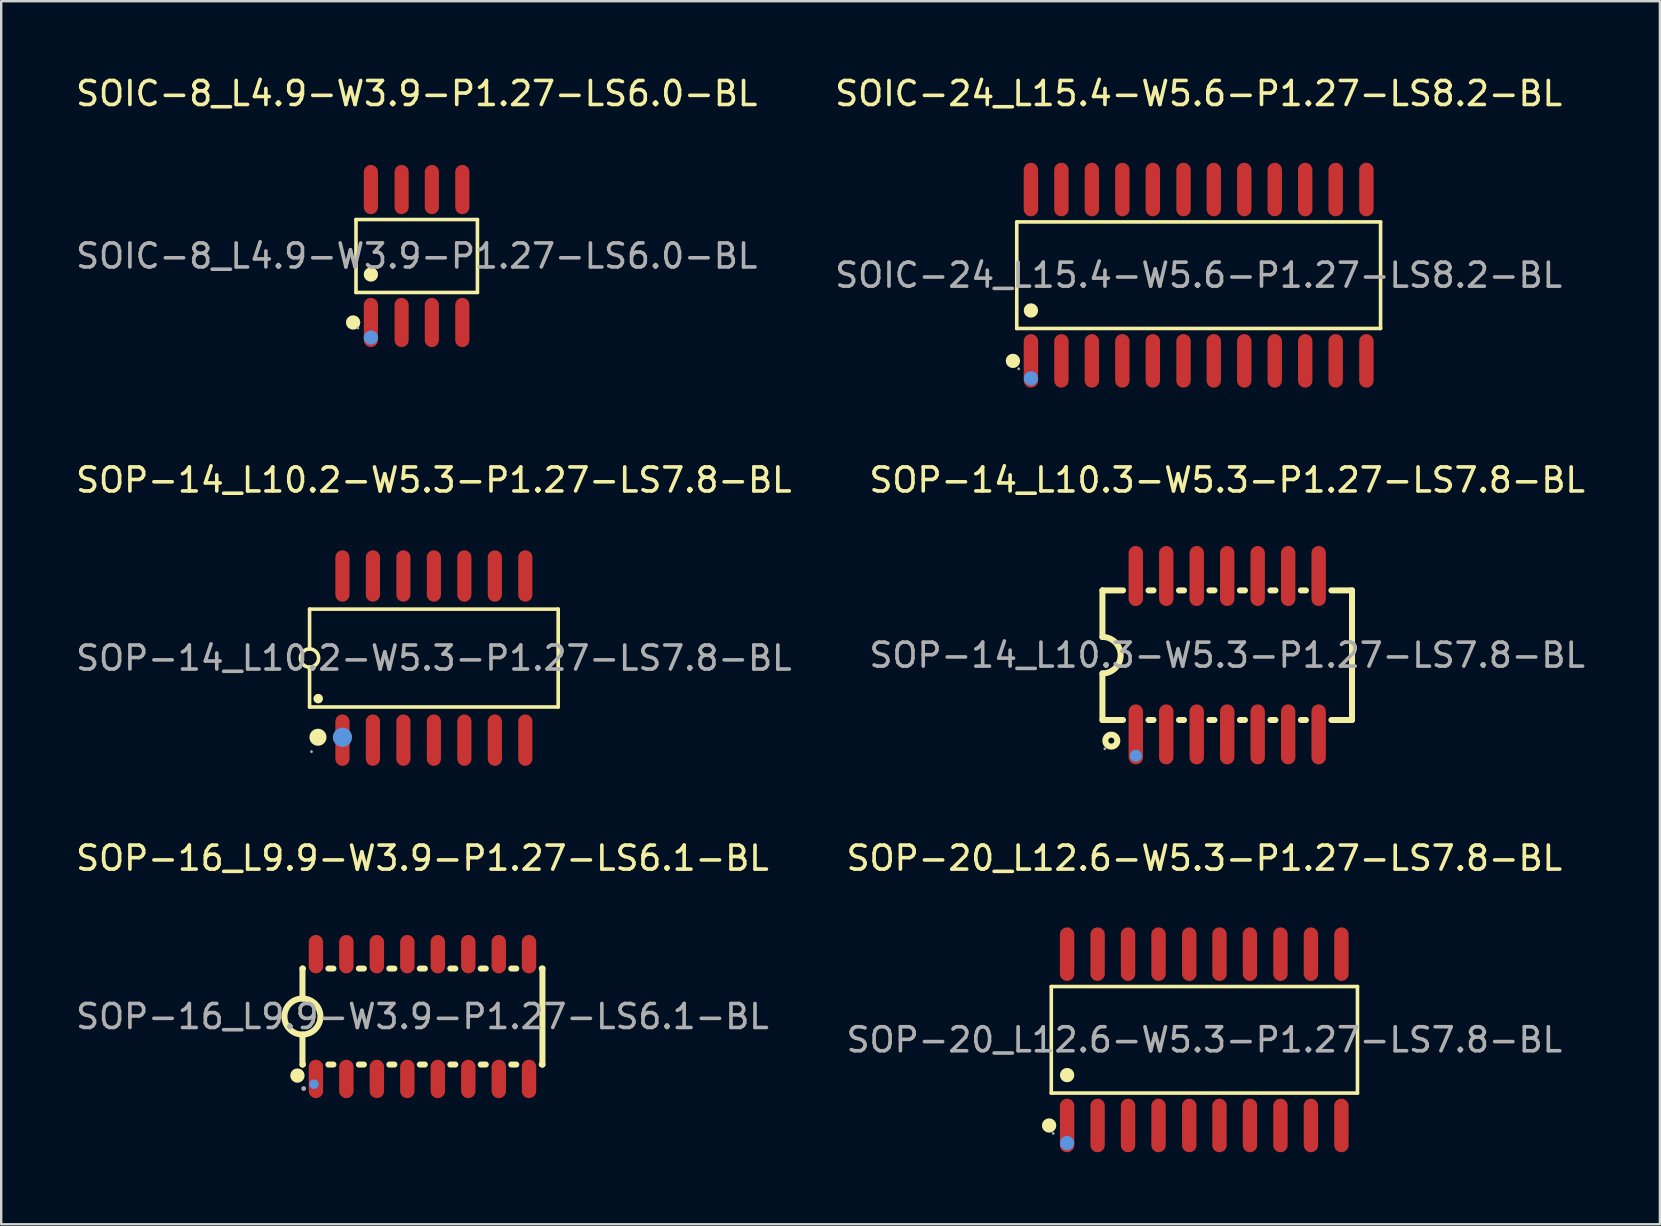
<source format=kicad_pcb>
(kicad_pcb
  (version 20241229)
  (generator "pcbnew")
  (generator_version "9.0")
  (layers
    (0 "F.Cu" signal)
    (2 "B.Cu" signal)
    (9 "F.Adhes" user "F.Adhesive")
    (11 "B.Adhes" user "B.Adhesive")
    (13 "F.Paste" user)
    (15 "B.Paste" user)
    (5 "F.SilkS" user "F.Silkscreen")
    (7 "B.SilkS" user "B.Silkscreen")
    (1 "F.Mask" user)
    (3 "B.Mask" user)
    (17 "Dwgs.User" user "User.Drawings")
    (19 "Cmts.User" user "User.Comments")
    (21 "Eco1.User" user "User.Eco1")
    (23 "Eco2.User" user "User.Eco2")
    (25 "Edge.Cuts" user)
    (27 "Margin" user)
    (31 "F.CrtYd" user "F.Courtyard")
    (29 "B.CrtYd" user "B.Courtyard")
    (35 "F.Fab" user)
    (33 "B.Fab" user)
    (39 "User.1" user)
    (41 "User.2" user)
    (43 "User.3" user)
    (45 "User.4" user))
  (footprint "SOP-16_L9.9-W3.9-P1.27-LS6.1-BL"
    (layer "F.Cu")
    (at 14.554 39.31)
    (property "Reference" "SOP-16_L9.9-W3.9-P1.27-LS6.1-BL" (at 0 -6.6 0) (layer "F.SilkS") (effects (font (size 1 1) (thickness 0.15))))
    (attr through_hole)
    (fp_line (start -5 -2) (end -5 -0.75) (stroke (width 0.25) (type solid)) (layer "F.SilkS"))
    (fp_line (start -5 -2) (end -4.98 -2) (stroke (width 0.25) (type solid)) (layer "F.SilkS"))
    (fp_line (start -5 2) (end -5 0.75) (stroke (width 0.25) (type solid)) (layer "F.SilkS"))
    (fp_line (start -5 2) (end -4.98 2) (stroke (width 0.25) (type solid)) (layer "F.SilkS"))
    (fp_line (start -3.92 -2) (end -3.71 -2) (stroke (width 0.25) (type solid)) (layer "F.SilkS"))
    (fp_line (start -3.92 2) (end -3.71 2) (stroke (width 0.25) (type solid)) (layer "F.SilkS"))
    (fp_line (start -2.65 -2) (end -2.44 -2) (stroke (width 0.25) (type solid)) (layer "F.SilkS"))
    (fp_line (start -2.65 2) (end -2.44 2) (stroke (width 0.25) (type solid)) (layer "F.SilkS"))
    (fp_line (start -1.38 -2) (end -1.17 -2) (stroke (width 0.25) (type solid)) (layer "F.SilkS"))
    (fp_line (start -1.38 2) (end -1.17 2) (stroke (width 0.25) (type solid)) (layer "F.SilkS"))
    (fp_line (start -0.11 -2) (end 0.1 -2) (stroke (width 0.25) (type solid)) (layer "F.SilkS"))
    (fp_line (start -0.11 2) (end 0.1 2) (stroke (width 0.25) (type solid)) (layer "F.SilkS"))
    (fp_line (start 1.16 -2) (end 1.37 -2) (stroke (width 0.25) (type solid)) (layer "F.SilkS"))
    (fp_line (start 1.16 2) (end 1.37 2) (stroke (width 0.25) (type solid)) (layer "F.SilkS"))
    (fp_line (start 2.43 -2) (end 2.64 -2) (stroke (width 0.25) (type solid)) (layer "F.SilkS"))
    (fp_line (start 2.43 2) (end 2.64 2) (stroke (width 0.25) (type solid)) (layer "F.SilkS"))
    (fp_line (start 3.7 -2) (end 3.91 -2) (stroke (width 0.25) (type solid)) (layer "F.SilkS"))
    (fp_line (start 3.7 2) (end 3.91 2) (stroke (width 0.25) (type solid)) (layer "F.SilkS"))
    (fp_line (start 4.97 -2) (end 5 -2) (stroke (width 0.25) (type solid)) (layer "F.SilkS"))
    (fp_line (start 4.97 2) (end 5 2) (stroke (width 0.25) (type solid)) (layer "F.SilkS"))
    (fp_line (start 5 2) (end 5 -2) (stroke (width 0.25) (type solid)) (layer "F.SilkS"))
    (fp_arc (start -5.21 2.46) (mid -5.21 2.46) (end -5.21 2.46) (stroke (width 0.3) (type solid)) (layer "F.SilkS"))
    (fp_arc (start -5.013089 0.749886) (mid -4.993455 -0.749972) (end -5 0.75) (stroke (width 0.25) (type solid)) (layer "F.SilkS"))
    (fp_circle (center -4.52 2.82) (end -4.42 2.82) (stroke (width 0.2) (type solid)) (fill no) (layer "Cmts.User"))
    (fp_circle (center -4.95 3) (end -4.9 3) (stroke (width 0.1) (type solid)) (fill no) (layer "F.Fab"))
    (fp_text user "${REFERENCE}" (at 0 0 0) (layer "F.Fab") (effects (font (size 1 1) (thickness 0.15))))
    (pad "1" smd oval (at -4.44 2.6 180) (size 0.6 1.6) (layers "F.Cu" "F.Mask" "F.Paste"))
    (pad "2" smd oval (at -3.17 2.6 180) (size 0.6 1.6) (layers "F.Cu" "F.Mask" "F.Paste"))
    (pad "3" smd oval (at -1.9 2.6 180) (size 0.6 1.6) (layers "F.Cu" "F.Mask" "F.Paste"))
    (pad "4" smd oval (at -0.63 2.6 180) (size 0.6 1.6) (layers "F.Cu" "F.Mask" "F.Paste"))
    (pad "5" smd oval (at 0.64 2.6 180) (size 0.6 1.6) (layers "F.Cu" "F.Mask" "F.Paste"))
    (pad "6" smd oval (at 1.91 2.6 180) (size 0.6 1.6) (layers "F.Cu" "F.Mask" "F.Paste"))
    (pad "7" smd oval (at 3.18 2.6 180) (size 0.6 1.6) (layers "F.Cu" "F.Mask" "F.Paste"))
    (pad "8" smd oval (at 4.44 2.6 180) (size 0.6 1.6) (layers "F.Cu" "F.Mask" "F.Paste"))
    (pad "9" smd oval (at 4.44 -2.6 180) (size 0.6 1.6) (layers "F.Cu" "F.Mask" "F.Paste"))
    (pad "10" smd oval (at 3.18 -2.6 180) (size 0.6 1.6) (layers "F.Cu" "F.Mask" "F.Paste"))
    (pad "11" smd oval (at 1.91 -2.6 180) (size 0.6 1.6) (layers "F.Cu" "F.Mask" "F.Paste"))
    (pad "12" smd oval (at 0.64 -2.6 180) (size 0.6 1.6) (layers "F.Cu" "F.Mask" "F.Paste"))
    (pad "13" smd oval (at -0.63 -2.6 180) (size 0.6 1.6) (layers "F.Cu" "F.Mask" "F.Paste"))
    (pad "14" smd oval (at -1.9 -2.6 180) (size 0.6 1.6) (layers "F.Cu" "F.Mask" "F.Paste"))
    (pad "15" smd oval (at -3.17 -2.6 180) (size 0.6 1.6) (layers "F.Cu" "F.Mask" "F.Paste"))
    (pad "16" smd oval (at -4.44 -2.6 180) (size 0.6 1.6) (layers "F.Cu" "F.Mask" "F.Paste")))
  (footprint "SOIC-8_L4.9-W3.9-P1.27-LS6.0-BL"
    (layer "F.Cu")
    (at 14.315 7.618)
    (property "Reference" "SOIC-8_L4.9-W3.9-P1.27-LS6.0-BL" (at 0 -6.77 0) (layer "F.SilkS") (effects (font (size 1 1) (thickness 0.15))))
    (attr through_hole)
    (fp_line (start -2.53 -1.52) (end 2.53 -1.52) (stroke (width 0.15) (type solid)) (layer "F.SilkS"))
    (fp_line (start -2.53 1.52) (end -2.53 -1.52) (stroke (width 0.15) (type solid)) (layer "F.SilkS"))
    (fp_line (start 2.53 -1.52) (end 2.53 1.52) (stroke (width 0.15) (type solid)) (layer "F.SilkS"))
    (fp_line (start 2.53 1.52) (end -2.53 1.52) (stroke (width 0.15) (type solid)) (layer "F.SilkS"))
    (fp_circle (center -2.65 2.77) (end -2.5 2.77) (stroke (width 0.3) (type solid)) (fill no) (layer "F.SilkS"))
    (fp_circle (center -1.91 0.77) (end -1.76 0.77) (stroke (width 0.3) (type solid)) (fill no) (layer "F.SilkS"))
    (fp_circle (center -1.91 3.4) (end -1.76 3.4) (stroke (width 0.3) (type solid)) (fill no) (layer "Cmts.User"))
    (fp_circle (center -2.45 3) (end -2.42 3) (stroke (width 0.06) (type solid)) (fill no) (layer "F.Fab"))
    (fp_text user "${REFERENCE}" (at 0 0 0) (layer "F.Fab") (effects (font (size 1 1) (thickness 0.15))))
    (pad "1" smd oval (at -1.91 2.77) (size 0.59 2.05) (layers "F.Cu" "F.Mask" "F.Paste"))
    (pad "2" smd oval (at -0.63 2.77) (size 0.59 2.05) (layers "F.Cu" "F.Mask" "F.Paste"))
    (pad "3" smd oval (at 0.63 2.77) (size 0.59 2.05) (layers "F.Cu" "F.Mask" "F.Paste"))
    (pad "4" smd oval (at 1.9 2.77) (size 0.59 2.05) (layers "F.Cu" "F.Mask" "F.Paste"))
    (pad "5" smd oval (at 1.9 -2.77) (size 0.59 2.05) (layers "F.Cu" "F.Mask" "F.Paste"))
    (pad "6" smd oval (at 0.63 -2.77) (size 0.59 2.05) (layers "F.Cu" "F.Mask" "F.Paste"))
    (pad "7" smd oval (at -0.63 -2.77) (size 0.59 2.05) (layers "F.Cu" "F.Mask" "F.Paste"))
    (pad "8" smd oval (at -1.91 -2.77) (size 0.59 2.05) (layers "F.Cu" "F.Mask" "F.Paste")))
  (footprint "SOP-14_L10.3-W5.3-P1.27-LS7.8-BL"
    (layer "F.Cu")
    (at 48.089 24.252)
    (property "Reference" "SOP-14_L10.3-W5.3-P1.27-LS7.8-BL" (at 0 -7.3 0) (layer "F.SilkS") (effects (font (size 1 1) (thickness 0.15))))
    (attr through_hole)
    (fp_line (start -5.2 -2.7) (end -5.2 -0.76) (stroke (width 0.25) (type solid)) (layer "F.SilkS"))
    (fp_line (start -5.2 -2.7) (end -4.34 -2.7) (stroke (width 0.25) (type solid)) (layer "F.SilkS"))
    (fp_line (start -5.2 2.7) (end -5.2 0.76) (stroke (width 0.25) (type solid)) (layer "F.SilkS"))
    (fp_line (start -4.34 2.7) (end -5.2 2.7) (stroke (width 0.25) (type solid)) (layer "F.SilkS"))
    (fp_line (start -3.28 -2.7) (end -3.07 -2.7) (stroke (width 0.25) (type solid)) (layer "F.SilkS"))
    (fp_line (start -3.07 2.7) (end -3.28 2.7) (stroke (width 0.25) (type solid)) (layer "F.SilkS"))
    (fp_line (start -2.01 -2.7) (end -1.8 -2.7) (stroke (width 0.25) (type solid)) (layer "F.SilkS"))
    (fp_line (start -1.8 2.7) (end -2.01 2.7) (stroke (width 0.25) (type solid)) (layer "F.SilkS"))
    (fp_line (start -0.74 -2.7) (end -0.53 -2.7) (stroke (width 0.25) (type solid)) (layer "F.SilkS"))
    (fp_line (start -0.53 2.7) (end -0.74 2.7) (stroke (width 0.25) (type solid)) (layer "F.SilkS"))
    (fp_line (start 0.53 -2.7) (end 0.74 -2.7) (stroke (width 0.25) (type solid)) (layer "F.SilkS"))
    (fp_line (start 0.74 2.7) (end 0.53 2.7) (stroke (width 0.25) (type solid)) (layer "F.SilkS"))
    (fp_line (start 1.8 -2.7) (end 2.01 -2.7) (stroke (width 0.25) (type solid)) (layer "F.SilkS"))
    (fp_line (start 2.01 2.7) (end 1.8 2.7) (stroke (width 0.25) (type solid)) (layer "F.SilkS"))
    (fp_line (start 3.07 -2.7) (end 3.28 -2.7) (stroke (width 0.25) (type solid)) (layer "F.SilkS"))
    (fp_line (start 3.28 2.7) (end 3.07 2.7) (stroke (width 0.25) (type solid)) (layer "F.SilkS"))
    (fp_line (start 4.34 -2.7) (end 5.2 -2.7) (stroke (width 0.25) (type solid)) (layer "F.SilkS"))
    (fp_line (start 5.2 2.7) (end 4.34 2.7) (stroke (width 0.25) (type solid)) (layer "F.SilkS"))
    (fp_line (start 5.2 2.7) (end 5.2 -2.7) (stroke (width 0.25) (type solid)) (layer "F.SilkS"))
    (fp_arc (start -5.2 -0.76) (mid -4.44 0) (end -5.2 0.76) (stroke (width 0.25) (type solid)) (layer "F.SilkS"))
    (fp_circle (center -4.83 3.56) (end -4.58 3.56) (stroke (width 0.25) (type solid)) (fill no) (layer "F.SilkS"))
    (fp_circle (center -3.81 4.19) (end -3.68 4.19) (stroke (width 0.25) (type solid)) (fill no) (layer "Cmts.User"))
    (fp_circle (center -5.1 3.9) (end -5.07 3.9) (stroke (width 0.06) (type solid)) (fill no) (layer "F.Fab"))
    (fp_text user "${REFERENCE}" (at 0 0 0) (layer "F.Fab") (effects (font (size 1 1) (thickness 0.15))))
    (pad "1" smd oval (at -3.81 3.3) (size 0.6 2.5) (layers "F.Cu" "F.Mask" "F.Paste"))
    (pad "2" smd oval (at -2.54 3.3) (size 0.6 2.5) (layers "F.Cu" "F.Mask" "F.Paste"))
    (pad "3" smd oval (at -1.27 3.3) (size 0.6 2.5) (layers "F.Cu" "F.Mask" "F.Paste"))
    (pad "4" smd oval (at 0 3.3) (size 0.6 2.5) (layers "F.Cu" "F.Mask" "F.Paste"))
    (pad "5" smd oval (at 1.27 3.3) (size 0.6 2.5) (layers "F.Cu" "F.Mask" "F.Paste"))
    (pad "6" smd oval (at 2.54 3.3) (size 0.6 2.5) (layers "F.Cu" "F.Mask" "F.Paste"))
    (pad "7" smd oval (at 3.81 3.3) (size 0.6 2.5) (layers "F.Cu" "F.Mask" "F.Paste"))
    (pad "8" smd oval (at 3.81 -3.3) (size 0.6 2.5) (layers "F.Cu" "F.Mask" "F.Paste"))
    (pad "9" smd oval (at 2.54 -3.3) (size 0.6 2.5) (layers "F.Cu" "F.Mask" "F.Paste"))
    (pad "10" smd oval (at 1.27 -3.3) (size 0.6 2.5) (layers "F.Cu" "F.Mask" "F.Paste"))
    (pad "11" smd oval (at 0 -3.3) (size 0.6 2.5) (layers "F.Cu" "F.Mask" "F.Paste"))
    (pad "12" smd oval (at -1.27 -3.3) (size 0.6 2.5) (layers "F.Cu" "F.Mask" "F.Paste"))
    (pad "13" smd oval (at -2.54 -3.3) (size 0.6 2.5) (layers "F.Cu" "F.Mask" "F.Paste"))
    (pad "14" smd oval (at -3.81 -3.3) (size 0.6 2.5) (layers "F.Cu" "F.Mask" "F.Paste")))
  (footprint "SOIC-24_L15.4-W5.6-P1.27-LS8.2-BL"
    (layer "F.Cu")
    (at 46.899 8.418)
    (property "Reference" "SOIC-24_L15.4-W5.6-P1.27-LS8.2-BL" (at 0 -7.57 0) (layer "F.SilkS") (effects (font (size 1 1) (thickness 0.15))))
    (attr through_hole)
    (fp_line (start -7.58 -2.22) (end 7.58 -2.22) (stroke (width 0.15) (type solid)) (layer "F.SilkS"))
    (fp_line (start -7.58 2.22) (end -7.58 -2.22) (stroke (width 0.15) (type solid)) (layer "F.SilkS"))
    (fp_line (start 7.58 -2.22) (end 7.58 2.22) (stroke (width 0.15) (type solid)) (layer "F.SilkS"))
    (fp_line (start 7.58 2.22) (end -7.58 2.22) (stroke (width 0.15) (type solid)) (layer "F.SilkS"))
    (fp_circle (center -7.74 3.57) (end -7.59 3.57) (stroke (width 0.3) (type solid)) (fill no) (layer "F.SilkS"))
    (fp_circle (center -6.99 1.47) (end -6.84 1.47) (stroke (width 0.3) (type solid)) (fill no) (layer "F.SilkS"))
    (fp_circle (center -6.99 4.3) (end -6.84 4.3) (stroke (width 0.3) (type solid)) (fill no) (layer "Cmts.User"))
    (fp_circle (center -7.5 3.9) (end -7.47 3.9) (stroke (width 0.06) (type solid)) (fill no) (layer "F.Fab"))
    (fp_text user "${REFERENCE}" (at 0 0 0) (layer "F.Fab") (effects (font (size 1 1) (thickness 0.15))))
    (pad "1" smd oval (at -6.99 3.57) (size 0.6 2.23) (layers "F.Cu" "F.Mask" "F.Paste"))
    (pad "2" smd oval (at -5.72 3.57) (size 0.6 2.23) (layers "F.Cu" "F.Mask" "F.Paste"))
    (pad "3" smd oval (at -4.45 3.57) (size 0.6 2.23) (layers "F.Cu" "F.Mask" "F.Paste"))
    (pad "4" smd oval (at -3.18 3.57) (size 0.6 2.23) (layers "F.Cu" "F.Mask" "F.Paste"))
    (pad "5" smd oval (at -1.91 3.57) (size 0.6 2.23) (layers "F.Cu" "F.Mask" "F.Paste"))
    (pad "6" smd oval (at -0.63 3.57) (size 0.6 2.23) (layers "F.Cu" "F.Mask" "F.Paste"))
    (pad "7" smd oval (at 0.63 3.57) (size 0.6 2.23) (layers "F.Cu" "F.Mask" "F.Paste"))
    (pad "8" smd oval (at 1.9 3.57) (size 0.6 2.23) (layers "F.Cu" "F.Mask" "F.Paste"))
    (pad "9" smd oval (at 3.17 3.57) (size 0.6 2.23) (layers "F.Cu" "F.Mask" "F.Paste"))
    (pad "10" smd oval (at 4.44 3.57) (size 0.6 2.23) (layers "F.Cu" "F.Mask" "F.Paste"))
    (pad "11" smd oval (at 5.71 3.57) (size 0.6 2.23) (layers "F.Cu" "F.Mask" "F.Paste"))
    (pad "12" smd oval (at 6.99 3.57) (size 0.6 2.23) (layers "F.Cu" "F.Mask" "F.Paste"))
    (pad "13" smd oval (at 6.99 -3.57) (size 0.6 2.23) (layers "F.Cu" "F.Mask" "F.Paste"))
    (pad "14" smd oval (at 5.71 -3.57) (size 0.6 2.23) (layers "F.Cu" "F.Mask" "F.Paste"))
    (pad "15" smd oval (at 4.44 -3.57) (size 0.6 2.23) (layers "F.Cu" "F.Mask" "F.Paste"))
    (pad "16" smd oval (at 3.17 -3.57) (size 0.6 2.23) (layers "F.Cu" "F.Mask" "F.Paste"))
    (pad "17" smd oval (at 1.9 -3.57) (size 0.6 2.23) (layers "F.Cu" "F.Mask" "F.Paste"))
    (pad "18" smd oval (at 0.63 -3.57) (size 0.6 2.23) (layers "F.Cu" "F.Mask" "F.Paste"))
    (pad "19" smd oval (at -0.63 -3.57) (size 0.6 2.23) (layers "F.Cu" "F.Mask" "F.Paste"))
    (pad "20" smd oval (at -1.91 -3.57) (size 0.6 2.23) (layers "F.Cu" "F.Mask" "F.Paste"))
    (pad "21" smd oval (at -3.18 -3.57) (size 0.6 2.23) (layers "F.Cu" "F.Mask" "F.Paste"))
    (pad "22" smd oval (at -4.45 -3.57) (size 0.6 2.23) (layers "F.Cu" "F.Mask" "F.Paste"))
    (pad "23" smd oval (at -5.72 -3.57) (size 0.6 2.23) (layers "F.Cu" "F.Mask" "F.Paste"))
    (pad "24" smd oval (at -6.99 -3.57) (size 0.6 2.23) (layers "F.Cu" "F.Mask" "F.Paste")))
  (footprint "SOP-20_L12.6-W5.3-P1.27-LS7.8-BL"
    (layer "F.Cu")
    (at 47.137 40.28)
    (property "Reference" "SOP-20_L12.6-W5.3-P1.27-LS7.8-BL" (at 0 -7.57 0) (layer "F.SilkS") (effects (font (size 1 1) (thickness 0.15))))
    (attr through_hole)
    (fp_line (start -6.38 -2.22) (end 6.38 -2.22) (stroke (width 0.15) (type solid)) (layer "F.SilkS"))
    (fp_line (start -6.38 2.22) (end -6.38 -2.22) (stroke (width 0.15) (type solid)) (layer "F.SilkS"))
    (fp_line (start 6.38 -2.22) (end 6.38 2.22) (stroke (width 0.15) (type solid)) (layer "F.SilkS"))
    (fp_line (start 6.38 2.22) (end -6.38 2.22) (stroke (width 0.15) (type solid)) (layer "F.SilkS"))
    (fp_circle (center -6.47 3.57) (end -6.32 3.57) (stroke (width 0.3) (type solid)) (fill no) (layer "F.SilkS"))
    (fp_circle (center -5.72 1.47) (end -5.57 1.47) (stroke (width 0.3) (type solid)) (fill no) (layer "F.SilkS"))
    (fp_circle (center -5.72 4.3) (end -5.57 4.3) (stroke (width 0.3) (type solid)) (fill no) (layer "Cmts.User"))
    (fp_circle (center -6.3 3.9) (end -6.27 3.9) (stroke (width 0.06) (type solid)) (fill no) (layer "F.Fab"))
    (fp_text user "${REFERENCE}" (at 0 0 0) (layer "F.Fab") (effects (font (size 1 1) (thickness 0.15))))
    (pad "1" smd oval (at -5.72 3.57) (size 0.6 2.23) (layers "F.Cu" "F.Mask" "F.Paste"))
    (pad "2" smd oval (at -4.45 3.57) (size 0.6 2.23) (layers "F.Cu" "F.Mask" "F.Paste"))
    (pad "3" smd oval (at -3.18 3.57) (size 0.6 2.23) (layers "F.Cu" "F.Mask" "F.Paste"))
    (pad "4" smd oval (at -1.91 3.57) (size 0.6 2.23) (layers "F.Cu" "F.Mask" "F.Paste"))
    (pad "5" smd oval (at -0.63 3.57) (size 0.6 2.23) (layers "F.Cu" "F.Mask" "F.Paste"))
    (pad "6" smd oval (at 0.63 3.57) (size 0.6 2.23) (layers "F.Cu" "F.Mask" "F.Paste"))
    (pad "7" smd oval (at 1.9 3.57) (size 0.6 2.23) (layers "F.Cu" "F.Mask" "F.Paste"))
    (pad "8" smd oval (at 3.17 3.57) (size 0.6 2.23) (layers "F.Cu" "F.Mask" "F.Paste"))
    (pad "9" smd oval (at 4.44 3.57) (size 0.6 2.23) (layers "F.Cu" "F.Mask" "F.Paste"))
    (pad "10" smd oval (at 5.71 3.57) (size 0.6 2.23) (layers "F.Cu" "F.Mask" "F.Paste"))
    (pad "11" smd oval (at 5.71 -3.57) (size 0.6 2.23) (layers "F.Cu" "F.Mask" "F.Paste"))
    (pad "12" smd oval (at 4.44 -3.57) (size 0.6 2.23) (layers "F.Cu" "F.Mask" "F.Paste"))
    (pad "13" smd oval (at 3.17 -3.57) (size 0.6 2.23) (layers "F.Cu" "F.Mask" "F.Paste"))
    (pad "14" smd oval (at 1.9 -3.57) (size 0.6 2.23) (layers "F.Cu" "F.Mask" "F.Paste"))
    (pad "15" smd oval (at 0.63 -3.57) (size 0.6 2.23) (layers "F.Cu" "F.Mask" "F.Paste"))
    (pad "16" smd oval (at -0.63 -3.57) (size 0.6 2.23) (layers "F.Cu" "F.Mask" "F.Paste"))
    (pad "17" smd oval (at -1.91 -3.57) (size 0.6 2.23) (layers "F.Cu" "F.Mask" "F.Paste"))
    (pad "18" smd oval (at -3.18 -3.57) (size 0.6 2.23) (layers "F.Cu" "F.Mask" "F.Paste"))
    (pad "19" smd oval (at -4.45 -3.57) (size 0.6 2.23) (layers "F.Cu" "F.Mask" "F.Paste"))
    (pad "20" smd oval (at -5.72 -3.57) (size 0.6 2.23) (layers "F.Cu" "F.Mask" "F.Paste")))
  (footprint "SOP-14_L10.2-W5.3-P1.27-LS7.8-BL"
    (layer "F.Cu")
    (at 15.03 24.372)
    (property "Reference" "SOP-14_L10.2-W5.3-P1.27-LS7.8-BL" (at 0 -7.42 0) (layer "F.SilkS") (effects (font (size 1 1) (thickness 0.15))))
    (attr through_hole)
    (fp_line (start -5.18 -2.04) (end 5.18 -2.04) (stroke (width 0.15) (type solid)) (layer "F.SilkS"))
    (fp_line (start -5.18 -0.38) (end -5.18 -2.04) (stroke (width 0.15) (type solid)) (layer "F.SilkS"))
    (fp_line (start -5.18 0.38) (end -5.18 2.04) (stroke (width 0.15) (type solid)) (layer "F.SilkS"))
    (fp_line (start 5.18 -2.04) (end 5.18 2.04) (stroke (width 0.15) (type solid)) (layer "F.SilkS"))
    (fp_line (start 5.18 2.04) (end -5.18 2.04) (stroke (width 0.15) (type solid)) (layer "F.SilkS"))
    (fp_arc (start -5.173368 -0.379942) (mid -5.183316 0.379985) (end -5.18 -0.38) (stroke (width 0.15) (type solid)) (layer "F.SilkS"))
    (fp_circle (center -4.83 3.3) (end -4.65 3.3) (stroke (width 0.35) (type solid)) (fill no) (layer "F.SilkS"))
    (fp_circle (center -4.82 1.69) (end -4.72 1.69) (stroke (width 0.2) (type solid)) (fill no) (layer "F.SilkS"))
    (fp_circle (center -3.81 3.3) (end -3.61 3.3) (stroke (width 0.4) (type solid)) (fill no) (layer "Cmts.User"))
    (fp_circle (center -5.1 3.9) (end -5.07 3.9) (stroke (width 0.06) (type solid)) (fill no) (layer "F.Fab"))
    (fp_text user "${REFERENCE}" (at 0 0 0) (layer "F.Fab") (effects (font (size 1 1) (thickness 0.15))))
    (pad "1" smd oval (at -3.81 3.42) (size 0.59 2.14) (layers "F.Cu" "F.Mask" "F.Paste"))
    (pad "2" smd oval (at -2.54 3.42) (size 0.59 2.14) (layers "F.Cu" "F.Mask" "F.Paste"))
    (pad "3" smd oval (at -1.27 3.42) (size 0.59 2.14) (layers "F.Cu" "F.Mask" "F.Paste"))
    (pad "4" smd oval (at 0 3.42) (size 0.59 2.14) (layers "F.Cu" "F.Mask" "F.Paste"))
    (pad "5" smd oval (at 1.27 3.42) (size 0.59 2.14) (layers "F.Cu" "F.Mask" "F.Paste"))
    (pad "6" smd oval (at 2.54 3.42) (size 0.59 2.14) (layers "F.Cu" "F.Mask" "F.Paste"))
    (pad "7" smd oval (at 3.81 3.42) (size 0.59 2.14) (layers "F.Cu" "F.Mask" "F.Paste"))
    (pad "8" smd oval (at 3.81 -3.42) (size 0.59 2.14) (layers "F.Cu" "F.Mask" "F.Paste"))
    (pad "9" smd oval (at 2.54 -3.42) (size 0.59 2.14) (layers "F.Cu" "F.Mask" "F.Paste"))
    (pad "10" smd oval (at 1.27 -3.42) (size 0.59 2.14) (layers "F.Cu" "F.Mask" "F.Paste"))
    (pad "11" smd oval (at 0 -3.42) (size 0.59 2.14) (layers "F.Cu" "F.Mask" "F.Paste"))
    (pad "12" smd oval (at -1.27 -3.42) (size 0.59 2.14) (layers "F.Cu" "F.Mask" "F.Paste"))
    (pad "13" smd oval (at -2.54 -3.42) (size 0.59 2.14) (layers "F.Cu" "F.Mask" "F.Paste"))
    (pad "14" smd oval (at -3.81 -3.42) (size 0.59 2.14) (layers "F.Cu" "F.Mask" "F.Paste")))
  (gr_rect
    (start -3 -3)
    (end 66.119 47.965)
    (stroke (width 0.1) (type default))
    (fill no)
    (layer "Edge.Cuts")))
</source>
